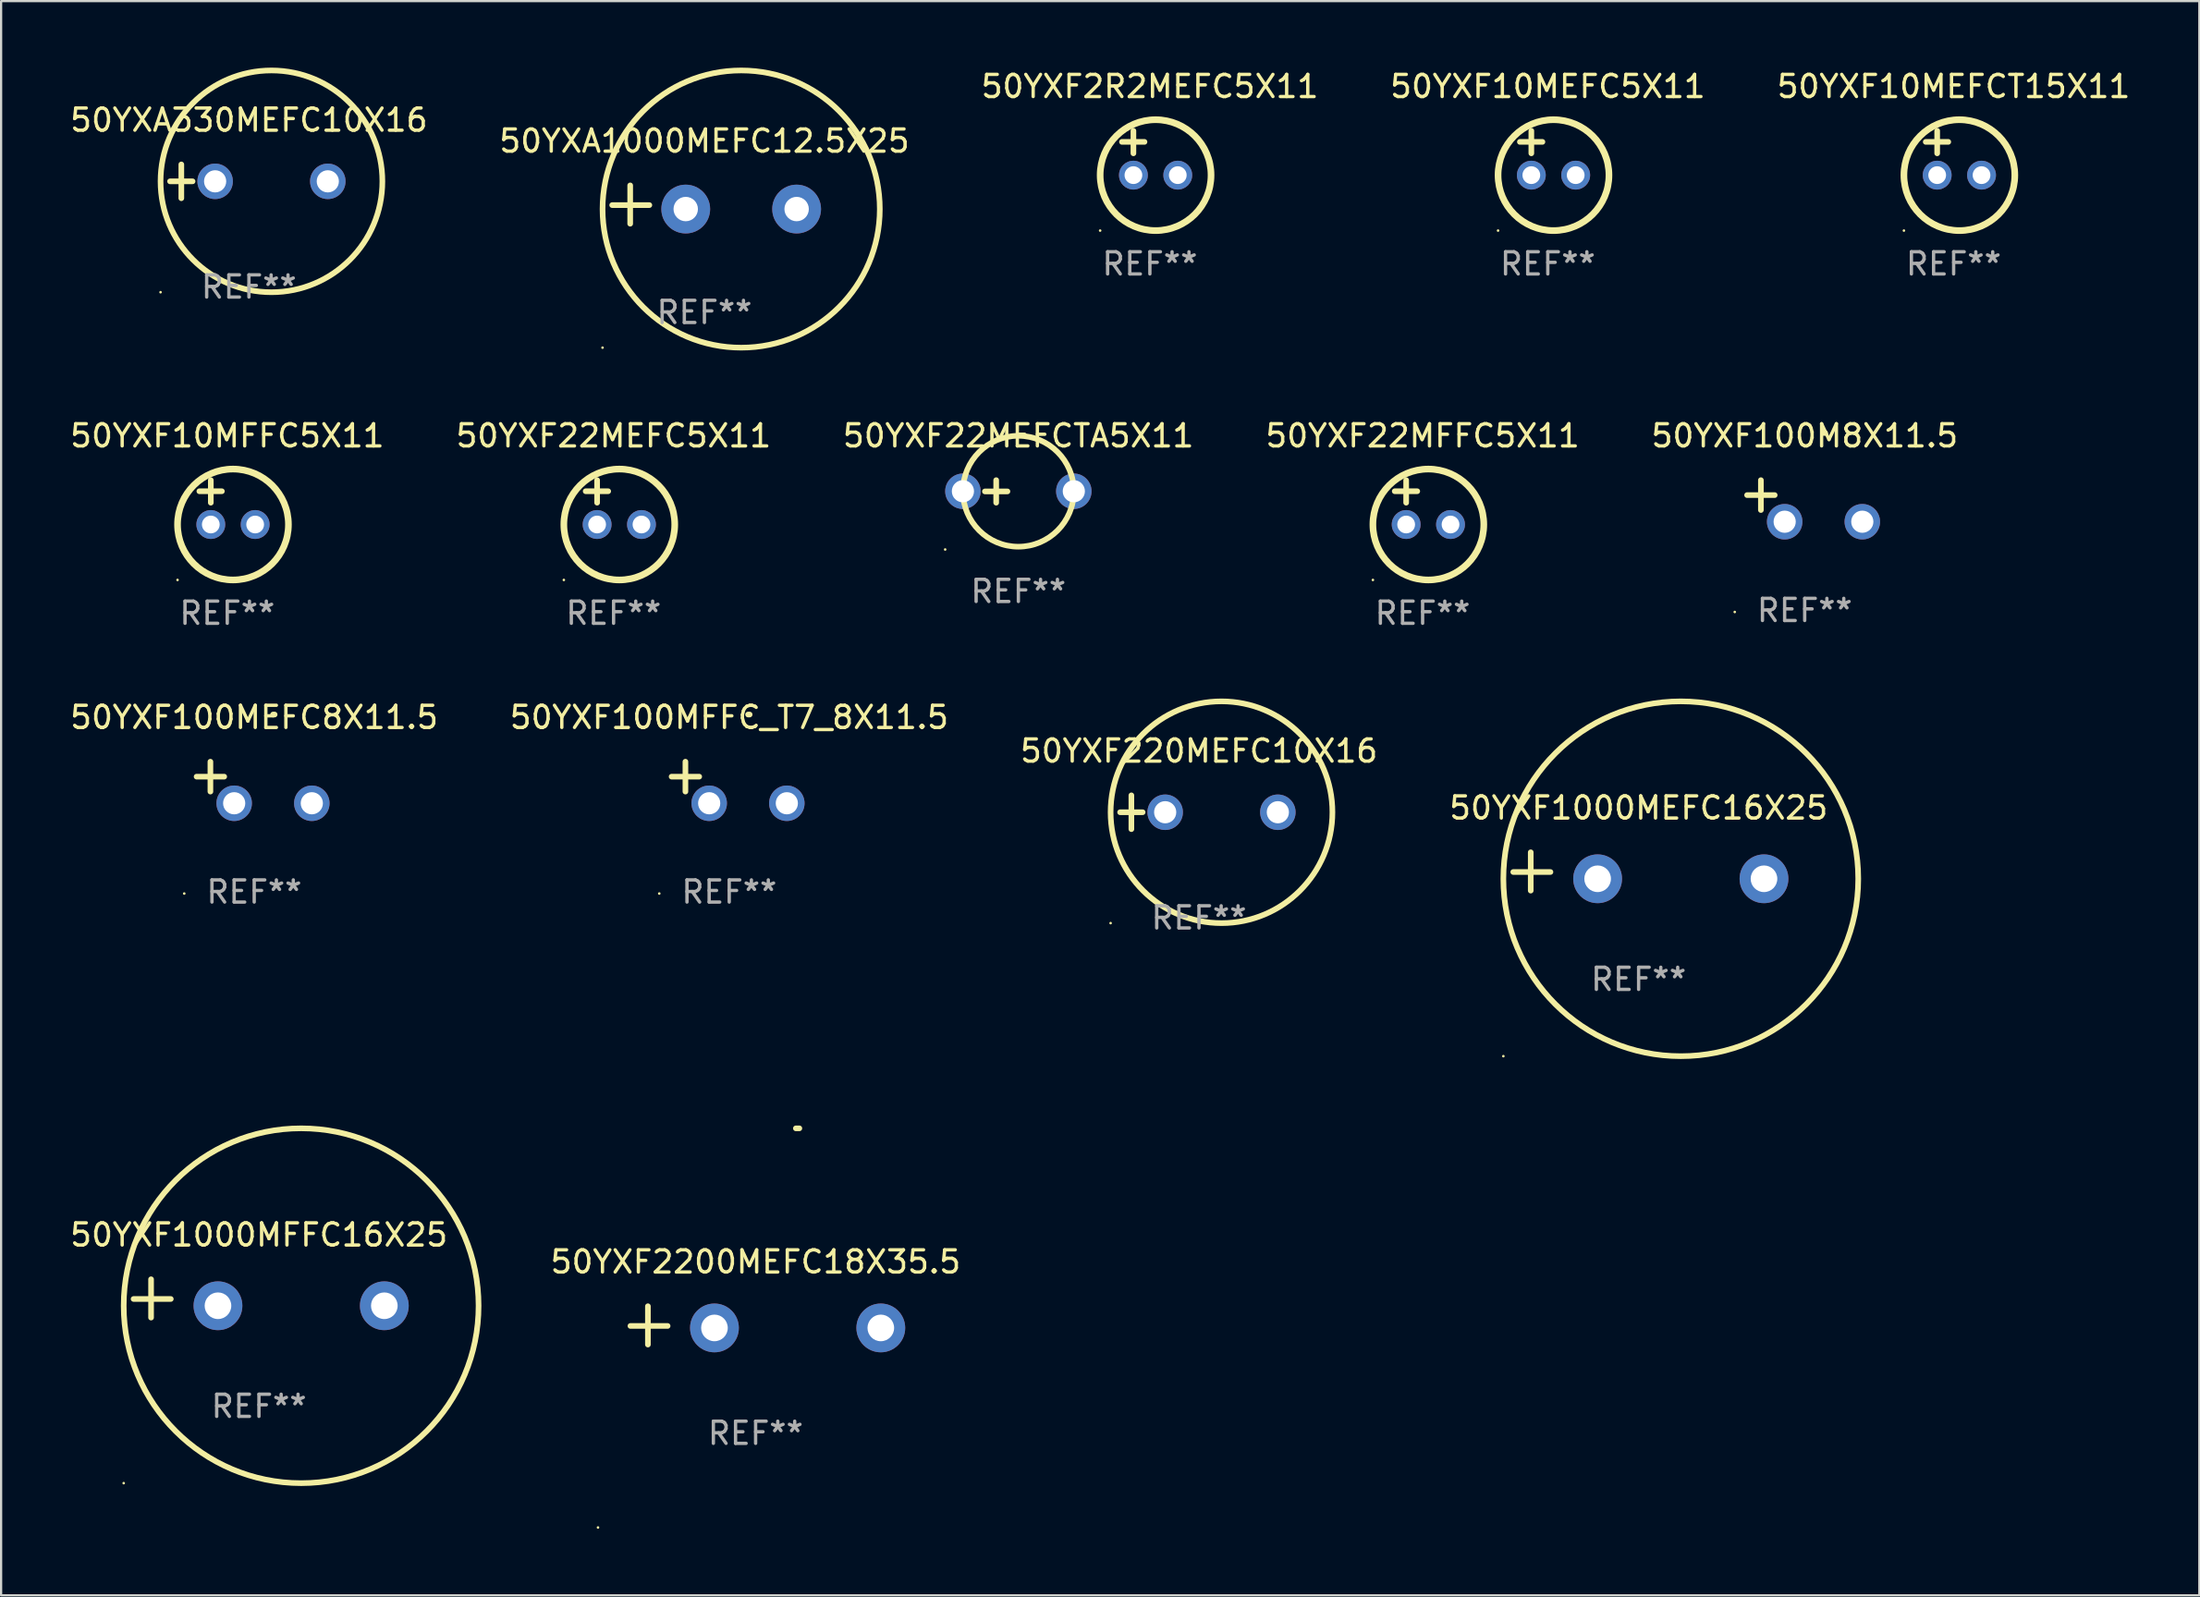
<source format=kicad_pcb>
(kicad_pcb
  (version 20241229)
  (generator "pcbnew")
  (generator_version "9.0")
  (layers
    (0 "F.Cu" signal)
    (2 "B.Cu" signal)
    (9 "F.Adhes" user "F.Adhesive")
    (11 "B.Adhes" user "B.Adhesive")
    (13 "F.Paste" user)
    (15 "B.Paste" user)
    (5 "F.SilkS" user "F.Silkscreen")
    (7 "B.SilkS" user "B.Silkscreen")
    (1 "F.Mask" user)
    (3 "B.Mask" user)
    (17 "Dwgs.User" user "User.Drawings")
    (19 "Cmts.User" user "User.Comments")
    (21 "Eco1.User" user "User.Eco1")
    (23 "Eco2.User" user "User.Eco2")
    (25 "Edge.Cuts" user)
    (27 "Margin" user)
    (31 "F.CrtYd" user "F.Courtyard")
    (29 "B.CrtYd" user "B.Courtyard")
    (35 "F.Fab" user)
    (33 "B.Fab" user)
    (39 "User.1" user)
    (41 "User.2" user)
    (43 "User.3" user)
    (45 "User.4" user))
  (footprint "50YXF22MEFC5X11"
    (layer "F.Cu")
    (at 24.613 19.602)
    (property "Reference" "50YXF22MEFC5X11" (at 0 -3 0) (layer "F.SilkS") (effects (font (size 1 1) (thickness 0.15))))
    (attr through_hole)
    (fp_line (start -1.258 -0.5) (end -0.242 -0.5) (stroke (width 0.254) (type solid)) (layer "F.SilkS"))
    (fp_line (start -0.742 -1) (end -0.742 0.016) (stroke (width 0.254) (type solid)) (layer "F.SilkS"))
    (fp_circle (center -2.242 3.5) (end -2.212 3.5) (stroke (width 0.06) (type solid)) (fill no) (layer "F.SilkS"))
    (fp_circle (center 0.258 1) (end 2.758 1) (stroke (width 0.3) (type solid)) (fill no) (layer "F.SilkS"))
    (fp_text user "REF**" (at 0 5 0) (layer "F.Fab") (effects (font (size 1 1) (thickness 0.15))))
    (pad "1" thru_hole circle (at -0.742 1) (size 1.3 1.3) (drill 0.8) (layers "*.Cu" "*.Mask"))
    (pad "2" thru_hole circle (at 1.258 1) (size 1.3 1.3) (drill 0.8) (layers "*.Cu" "*.Mask")))
  (footprint "50YXF100MFFC_T7_8X11.5"
    (layer "F.Cu")
    (at 29.827 32.235)
    (property "Reference" "50YXF100MFFC_T7_8X11.5" (at 0 -2.937 0) (layer "F.SilkS") (effects (font (size 1 1) (thickness 0.15))))
    (attr through_hole)
    (fp_line (start -1.975 0.41) (end -1.975 -0.937) (stroke (width 0.254) (type solid)) (layer "F.SilkS"))
    (fp_line (start -1.353 -0.263) (end -2.597 -0.263) (stroke (width 0.254) (type solid)) (layer "F.SilkS"))
    (fp_arc (start 0.849809 -3.063957) (mid 0.885369 -3.064114) (end 0.920929 -3.063957) (stroke (width 0.254001) (type solid)) (layer "F.SilkS"))
    (fp_circle (center -3.154 5.008) (end -3.124 5.008) (stroke (width 0.06) (type solid)) (fill no) (layer "F.SilkS"))
    (fp_text user "REF**" (at 0 4.937 0) (layer "F.Fab") (effects (font (size 1 1) (thickness 0.15))))
    (pad "1" thru_hole circle (at -0.903 0.937) (size 1.6 1.6) (drill 1) (layers "*.Cu" "*.Mask"))
    (pad "2" thru_hole circle (at 2.597 0.937) (size 1.6 1.6) (drill 1) (layers "*.Cu" "*.Mask")))
  (footprint "50YXF220MEFC10X16"
    (layer "F.Cu")
    (at 51.006 33.577)
    (property "Reference" "50YXF220MEFC10X16" (at 0 -2.762 0) (layer "F.SilkS") (effects (font (size 1 1) (thickness 0.15))))
    (attr through_hole)
    (fp_line (start -3.556 0) (end -2.54 0) (stroke (width 0.254) (type solid)) (layer "F.SilkS"))
    (fp_line (start -3.048 -0.762) (end -3.048 0.762) (stroke (width 0.254) (type solid)) (layer "F.SilkS"))
    (fp_circle (center -3.984 5) (end -3.954 5) (stroke (width 0.06) (type solid)) (fill no) (layer "F.SilkS"))
    (fp_circle (center 1.016 0) (end 6.016 0) (stroke (width 0.254) (type solid)) (fill no) (layer "F.SilkS"))
    (fp_text user "REF**" (at 0 4.762 0) (layer "F.Fab") (effects (font (size 1 1) (thickness 0.15))))
    (pad "1" thru_hole circle (at -1.524 0) (size 1.6 1.6) (drill 1) (layers "*.Cu" "*.Mask"))
    (pad "2" thru_hole circle (at 3.556 0) (size 1.6 1.6) (drill 1) (layers "*.Cu" "*.Mask")))
  (footprint "50YXF10MFFC5X11"
    (layer "F.Cu")
    (at 7.196 19.602)
    (property "Reference" "50YXF10MFFC5X11" (at 0 -3 0) (layer "F.SilkS") (effects (font (size 1 1) (thickness 0.15))))
    (attr through_hole)
    (fp_line (start -1.258 -0.5) (end -0.242 -0.5) (stroke (width 0.254) (type solid)) (layer "F.SilkS"))
    (fp_line (start -0.742 -1) (end -0.742 0.016) (stroke (width 0.254) (type solid)) (layer "F.SilkS"))
    (fp_circle (center -2.242 3.5) (end -2.212 3.5) (stroke (width 0.06) (type solid)) (fill no) (layer "F.SilkS"))
    (fp_circle (center 0.258 1) (end 2.758 1) (stroke (width 0.3) (type solid)) (fill no) (layer "F.SilkS"))
    (fp_text user "REF**" (at 0 5 0) (layer "F.Fab") (effects (font (size 1 1) (thickness 0.15))))
    (pad "1" thru_hole circle (at -0.742 1) (size 1.3 1.3) (drill 0.8) (layers "*.Cu" "*.Mask"))
    (pad "2" thru_hole circle (at 1.258 1) (size 1.3 1.3) (drill 0.8) (layers "*.Cu" "*.Mask")))
  (footprint "50YXF2R2MEFC5X11"
    (layer "F.Cu")
    (at 48.792 3.848)
    (property "Reference" "50YXF2R2MEFC5X11" (at 0 -3 0) (layer "F.SilkS") (effects (font (size 1 1) (thickness 0.15))))
    (attr through_hole)
    (fp_line (start -1.258 -0.5) (end -0.242 -0.5) (stroke (width 0.254) (type solid)) (layer "F.SilkS"))
    (fp_line (start -0.742 -1) (end -0.742 0.016) (stroke (width 0.254) (type solid)) (layer "F.SilkS"))
    (fp_circle (center -2.242 3.5) (end -2.212 3.5) (stroke (width 0.06) (type solid)) (fill no) (layer "F.SilkS"))
    (fp_circle (center 0.258 1) (end 2.758 1) (stroke (width 0.3) (type solid)) (fill no) (layer "F.SilkS"))
    (fp_text user "REF**" (at 0 5 0) (layer "F.Fab") (effects (font (size 1 1) (thickness 0.15))))
    (pad "1" thru_hole circle (at -0.742 1) (size 1.3 1.3) (drill 0.8) (layers "*.Cu" "*.Mask"))
    (pad "2" thru_hole circle (at 1.258 1) (size 1.3 1.3) (drill 0.8) (layers "*.Cu" "*.Mask")))
  (footprint "50YXF2200MEFC18X35.5"
    (layer "F.Cu")
    (at 31.017 56.717)
    (property "Reference" "50YXF2200MEFC18X35.5" (at 0 -2.864 0) (layer "F.SilkS") (effects (font (size 1 1) (thickness 0.15))))
    (attr through_hole)
    (fp_line (start -4.856 0.864) (end -4.856 -0.864) (stroke (width 0.254) (type solid)) (layer "F.SilkS"))
    (fp_line (start -3.967 0.025) (end -5.644 0.025) (stroke (width 0.254) (type solid)) (layer "F.SilkS"))
    (fp_arc (start 1.815024 -8.885649) (mid 1.893764 -8.88599) (end 1.972504 -8.885649) (stroke (width 0.254001) (type solid)) (layer "F.SilkS"))
    (fp_circle (center -7.106 9.114) (end -7.076 9.114) (stroke (width 0.06) (type solid)) (fill no) (layer "F.SilkS"))
    (fp_text user "REF**" (at 0 4.864 0) (layer "F.Fab") (effects (font (size 1 1) (thickness 0.15))))
    (pad "1" thru_hole circle (at -1.856 0.114) (size 2.2 2.2) (drill 1.2) (layers "*.Cu" "*.Mask"))
    (pad "2" thru_hole circle (at 5.644 0.114) (size 2.2 2.2) (drill 1.2) (layers "*.Cu" "*.Mask")))
  (footprint "50YXF22MFFC5X11"
    (layer "F.Cu")
    (at 61.089 19.602)
    (property "Reference" "50YXF22MFFC5X11" (at 0 -3 0) (layer "F.SilkS") (effects (font (size 1 1) (thickness 0.15))))
    (attr through_hole)
    (fp_line (start -1.258 -0.5) (end -0.242 -0.5) (stroke (width 0.254) (type solid)) (layer "F.SilkS"))
    (fp_line (start -0.742 -1) (end -0.742 0.016) (stroke (width 0.254) (type solid)) (layer "F.SilkS"))
    (fp_circle (center -2.242 3.5) (end -2.212 3.5) (stroke (width 0.06) (type solid)) (fill no) (layer "F.SilkS"))
    (fp_circle (center 0.258 1) (end 2.758 1) (stroke (width 0.3) (type solid)) (fill no) (layer "F.SilkS"))
    (fp_text user "REF**" (at 0 5 0) (layer "F.Fab") (effects (font (size 1 1) (thickness 0.15))))
    (pad "1" thru_hole circle (at -0.742 1) (size 1.3 1.3) (drill 0.8) (layers "*.Cu" "*.Mask"))
    (pad "2" thru_hole circle (at 1.258 1) (size 1.3 1.3) (drill 0.8) (layers "*.Cu" "*.Mask")))
  (footprint "50YXF22MEFCTA5X11"
    (layer "F.Cu")
    (at 42.863 19.11)
    (property "Reference" "50YXF22MEFCTA5X11" (at 0 -2.508 0) (layer "F.SilkS") (effects (font (size 1 1) (thickness 0.15))))
    (attr through_hole)
    (fp_line (start -1.508 0) (end -0.492 0) (stroke (width 0.254) (type solid)) (layer "F.SilkS"))
    (fp_line (start -1 -0.508) (end -1 0.508) (stroke (width 0.254) (type solid)) (layer "F.SilkS"))
    (fp_circle (center -3.3 2.619) (end -3.27 2.619) (stroke (width 0.06) (type solid)) (fill no) (layer "F.SilkS"))
    (fp_circle (center -0.000127 -0.008) (end 2.5 -0.008) (stroke (width 0.254) (type solid)) (fill no) (layer "F.SilkS"))
    (fp_text user "REF**" (at 0 4.508 0) (layer "F.Fab") (effects (font (size 1 1) (thickness 0.15))))
    (pad "1" thru_hole circle (at -2.5 -0.008) (size 1.6 1.6) (drill 1) (layers "*.Cu" "*.Mask"))
    (pad "2" thru_hole circle (at 2.5 -0.008) (size 1.6 1.6) (drill 1) (layers "*.Cu" "*.Mask")))
  (footprint "50YXF100M8X11.5"
    (layer "F.Cu")
    (at 78.315 19.539)
    (property "Reference" "50YXF100M8X11.5" (at 0 -2.937 0) (layer "F.SilkS") (effects (font (size 1 1) (thickness 0.15))))
    (attr through_hole)
    (fp_line (start -1.975 0.41) (end -1.975 -0.937) (stroke (width 0.254) (type solid)) (layer "F.SilkS"))
    (fp_line (start -1.353 -0.263) (end -2.597 -0.263) (stroke (width 0.254) (type solid)) (layer "F.SilkS"))
    (fp_arc (start 0.849809 -3.063957) (mid 0.885369 -3.064114) (end 0.920929 -3.063957) (stroke (width 0.254001) (type solid)) (layer "F.SilkS"))
    (fp_circle (center -3.154 5.008) (end -3.124 5.008) (stroke (width 0.06) (type solid)) (fill no) (layer "F.SilkS"))
    (fp_text user "REF**" (at 0 4.937 0) (layer "F.Fab") (effects (font (size 1 1) (thickness 0.15))))
    (pad "1" thru_hole circle (at -0.903 0.937) (size 1.6 1.6) (drill 1) (layers "*.Cu" "*.Mask"))
    (pad "2" thru_hole circle (at 2.597 0.937) (size 1.6 1.6) (drill 1) (layers "*.Cu" "*.Mask")))
  (footprint "50YXF10MEFC5X11"
    (layer "F.Cu")
    (at 66.732 3.848)
    (property "Reference" "50YXF10MEFC5X11" (at 0 -3 0) (layer "F.SilkS") (effects (font (size 1 1) (thickness 0.15))))
    (attr through_hole)
    (fp_line (start -1.258 -0.5) (end -0.242 -0.5) (stroke (width 0.254) (type solid)) (layer "F.SilkS"))
    (fp_line (start -0.742 -1) (end -0.742 0.016) (stroke (width 0.254) (type solid)) (layer "F.SilkS"))
    (fp_circle (center -2.242 3.5) (end -2.212 3.5) (stroke (width 0.06) (type solid)) (fill no) (layer "F.SilkS"))
    (fp_circle (center 0.258 1) (end 2.758 1) (stroke (width 0.3) (type solid)) (fill no) (layer "F.SilkS"))
    (fp_text user "REF**" (at 0 5 0) (layer "F.Fab") (effects (font (size 1 1) (thickness 0.15))))
    (pad "1" thru_hole circle (at -0.742 1) (size 1.3 1.3) (drill 0.8) (layers "*.Cu" "*.Mask"))
    (pad "2" thru_hole circle (at 1.258 1) (size 1.3 1.3) (drill 0.8) (layers "*.Cu" "*.Mask")))
  (footprint "50YXF10MEFCT15X11"
    (layer "F.Cu")
    (at 85.03 3.848)
    (property "Reference" "50YXF10MEFCT15X11" (at 0 -3 0) (layer "F.SilkS") (effects (font (size 1 1) (thickness 0.15))))
    (attr through_hole)
    (fp_line (start -1.258 -0.5) (end -0.242 -0.5) (stroke (width 0.254) (type solid)) (layer "F.SilkS"))
    (fp_line (start -0.742 -1) (end -0.742 0.016) (stroke (width 0.254) (type solid)) (layer "F.SilkS"))
    (fp_circle (center -2.242 3.5) (end -2.212 3.5) (stroke (width 0.06) (type solid)) (fill no) (layer "F.SilkS"))
    (fp_circle (center 0.258 1) (end 2.758 1) (stroke (width 0.3) (type solid)) (fill no) (layer "F.SilkS"))
    (fp_text user "REF**" (at 0 5 0) (layer "F.Fab") (effects (font (size 1 1) (thickness 0.15))))
    (pad "1" thru_hole circle (at -0.742 1) (size 1.3 1.3) (drill 0.8) (layers "*.Cu" "*.Mask"))
    (pad "2" thru_hole circle (at 1.258 1) (size 1.3 1.3) (drill 0.8) (layers "*.Cu" "*.Mask")))
  (footprint "50YXF1000MFFC16X25"
    (layer "F.Cu")
    (at 8.625 55.501)
    (property "Reference" "50YXF1000MFFC16X25" (at 0 -2.864 0) (layer "F.SilkS") (effects (font (size 1 1) (thickness 0.15))))
    (attr through_hole)
    (fp_line (start -4.864 0.864) (end -4.864 -0.864) (stroke (width 0.254) (type solid)) (layer "F.SilkS"))
    (fp_line (start -3.975 0.025) (end -5.652 0.025) (stroke (width 0.254) (type solid)) (layer "F.SilkS"))
    (fp_circle (center -6.098 8.33) (end -6.068 8.33) (stroke (width 0.06) (type solid)) (fill no) (layer "F.SilkS"))
    (fp_circle (center 1.902 0.33) (end 9.902 0.33) (stroke (width 0.254) (type solid)) (fill no) (layer "F.SilkS"))
    (fp_text user "REF**" (at 0 4.864 0) (layer "F.Fab") (effects (font (size 1 1) (thickness 0.15))))
    (pad "1" thru_hole circle (at -1.848 0.33) (size 2.2 2.2) (drill 1.2) (layers "*.Cu" "*.Mask"))
    (pad "2" thru_hole circle (at 5.652 0.33) (size 2.2 2.2) (drill 1.2) (layers "*.Cu" "*.Mask")))
  (footprint "50YXF1000MEFC16X25"
    (layer "F.Cu")
    (at 70.827 36.247)
    (property "Reference" "50YXF1000MEFC16X25" (at 0 -2.864 0) (layer "F.SilkS") (effects (font (size 1 1) (thickness 0.15))))
    (attr through_hole)
    (fp_line (start -4.864 0.864) (end -4.864 -0.864) (stroke (width 0.254) (type solid)) (layer "F.SilkS"))
    (fp_line (start -3.975 0.025) (end -5.652 0.025) (stroke (width 0.254) (type solid)) (layer "F.SilkS"))
    (fp_circle (center -6.098 8.33) (end -6.068 8.33) (stroke (width 0.06) (type solid)) (fill no) (layer "F.SilkS"))
    (fp_circle (center 1.902 0.33) (end 9.902 0.33) (stroke (width 0.254) (type solid)) (fill no) (layer "F.SilkS"))
    (fp_text user "REF**" (at 0 4.864 0) (layer "F.Fab") (effects (font (size 1 1) (thickness 0.15))))
    (pad "1" thru_hole circle (at -1.848 0.33) (size 2.2 2.2) (drill 1.2) (layers "*.Cu" "*.Mask"))
    (pad "2" thru_hole circle (at 5.652 0.33) (size 2.2 2.2) (drill 1.2) (layers "*.Cu" "*.Mask")))
  (footprint "50YXF100MEFC8X11.5"
    (layer "F.Cu")
    (at 8.411 32.235)
    (property "Reference" "50YXF100MEFC8X11.5" (at 0 -2.937 0) (layer "F.SilkS") (effects (font (size 1 1) (thickness 0.15))))
    (attr through_hole)
    (fp_line (start -1.975 0.41) (end -1.975 -0.937) (stroke (width 0.254) (type solid)) (layer "F.SilkS"))
    (fp_line (start -1.353 -0.263) (end -2.597 -0.263) (stroke (width 0.254) (type solid)) (layer "F.SilkS"))
    (fp_arc (start 0.849809 -3.063957) (mid 0.885369 -3.064114) (end 0.920929 -3.063957) (stroke (width 0.254001) (type solid)) (layer "F.SilkS"))
    (fp_circle (center -3.154 5.008) (end -3.124 5.008) (stroke (width 0.06) (type solid)) (fill no) (layer "F.SilkS"))
    (fp_text user "REF**" (at 0 4.937 0) (layer "F.Fab") (effects (font (size 1 1) (thickness 0.15))))
    (pad "1" thru_hole circle (at -0.903 0.937) (size 1.6 1.6) (drill 1) (layers "*.Cu" "*.Mask"))
    (pad "2" thru_hole circle (at 2.597 0.937) (size 1.6 1.6) (drill 1) (layers "*.Cu" "*.Mask")))
  (footprint "50YXA1000MEFC12.5X25"
    (layer "F.Cu")
    (at 28.708 6.174)
    (property "Reference" "50YXA1000MEFC12.5X25" (at 0 -2.864 0) (layer "F.SilkS") (effects (font (size 1 1) (thickness 0.15))))
    (attr through_hole)
    (fp_line (start -3.346 0.864) (end -3.346 -0.864) (stroke (width 0.254) (type solid)) (layer "F.SilkS"))
    (fp_line (start -2.482 0.025) (end -4.158 0.025) (stroke (width 0.254) (type solid)) (layer "F.SilkS"))
    (fp_circle (center -4.592 6.453) (end -4.562 6.453) (stroke (width 0.06) (type solid)) (fill no) (layer "F.SilkS"))
    (fp_circle (center 1.658 0.203) (end 7.908 0.203) (stroke (width 0.254) (type solid)) (fill no) (layer "F.SilkS"))
    (fp_text user "REF**" (at 0 4.864 0) (layer "F.Fab") (effects (font (size 1 1) (thickness 0.15))))
    (pad "1" thru_hole circle (at -0.842 0.203) (size 2.2 2.2) (drill 1.1) (layers "*.Cu" "*.Mask"))
    (pad "2" thru_hole circle (at 4.158 0.203) (size 2.2 2.2) (drill 1.1) (layers "*.Cu" "*.Mask")))
  (footprint "50YXA330MEFC10X16"
    (layer "F.Cu")
    (at 8.173 5.127)
    (property "Reference" "50YXA330MEFC10X16" (at 0 -2.762 0) (layer "F.SilkS") (effects (font (size 1 1) (thickness 0.15))))
    (attr through_hole)
    (fp_line (start -3.556 0) (end -2.54 0) (stroke (width 0.254) (type solid)) (layer "F.SilkS"))
    (fp_line (start -3.048 -0.762) (end -3.048 0.762) (stroke (width 0.254) (type solid)) (layer "F.SilkS"))
    (fp_circle (center -3.984 5) (end -3.954 5) (stroke (width 0.06) (type solid)) (fill no) (layer "F.SilkS"))
    (fp_circle (center 1.016 0) (end 6.016 0) (stroke (width 0.254) (type solid)) (fill no) (layer "F.SilkS"))
    (fp_text user "REF**" (at 0 4.762 0) (layer "F.Fab") (effects (font (size 1 1) (thickness 0.15))))
    (pad "1" thru_hole circle (at -1.524 0) (size 1.6 1.6) (drill 1) (layers "*.Cu" "*.Mask"))
    (pad "2" thru_hole circle (at 3.556 0) (size 1.6 1.6) (drill 1) (layers "*.Cu" "*.Mask")))
  (gr_rect
    (start -3 -3)
    (end 96.107 68.891)
    (stroke (width 0.1) (type default))
    (fill no)
    (layer "Edge.Cuts")))
</source>
